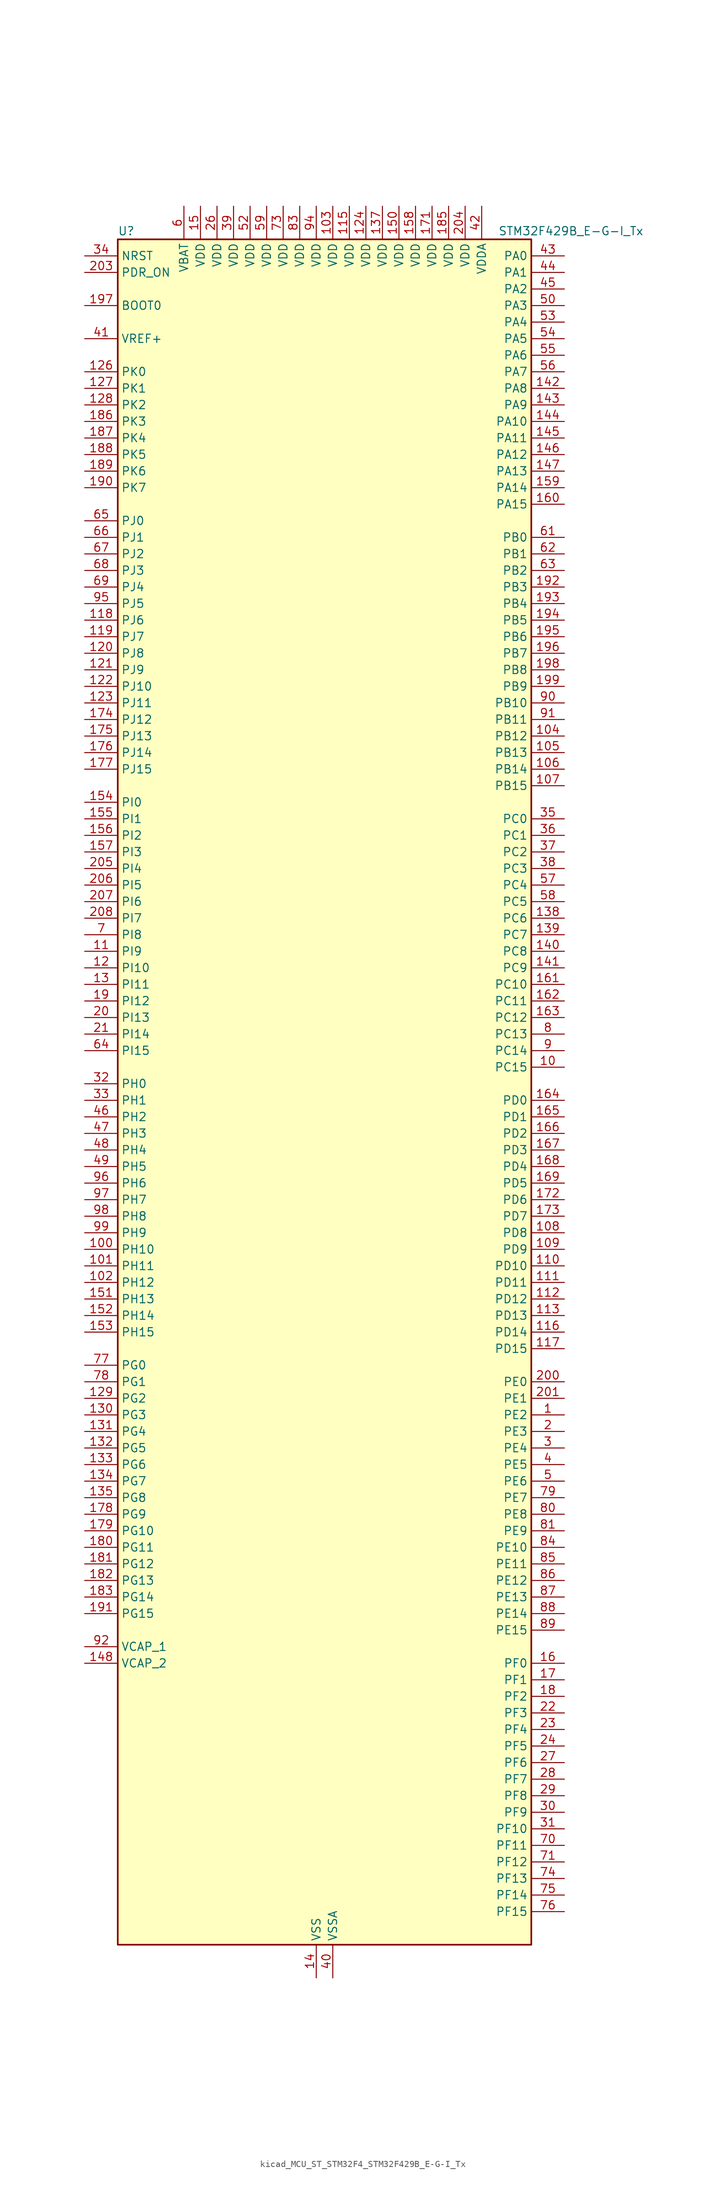
<source format=kicad_sym>
(kicad_symbol_lib
  (version 20220914)
  (generator kicad_symbol_editor)
  (symbol "kicad_MCU_ST_STM32F4_STM32F429B_E-G-I_Tx"
    (property "Reference" "U"
      (at -30.48 133.35 0)
      (effects (font (size 1.27 1.27)) (justify left)))
    (property "Value" "STM32F429B_E-G-I_Tx"
      (at 27.94 133.35 0)
      (effects (font (size 1.27 1.27)) (justify left)))
    (property "ki_locked" ""
      (at 0 0 0)
      (effects (font (size 1.27 1.27))))
    (symbol "kicad_MCU_ST_STM32F4_STM32F429B_E-G-I_Tx_0_1"
      (rectangle (start -30.48 -129.54) (end 33.02 132.08) (stroke (width 0.254) (type default)) (fill (type background))))
    (symbol "kicad_MCU_ST_STM32F4_STM32F429B_E-G-I_Tx_1_1"
      (pin bidirectional line (at 38.1 -48.26 180) (length 5.08) (name "PE2" (effects (font (size 1.27 1.27)))) (number "1" (effects (font (size 1.27 1.27)))) (alternate "ETH_TXD3" bidirectional line) (alternate "FMC_A23" bidirectional line) (alternate "SAI1_MCLK_A" bidirectional line) (alternate "SPI4_SCK" bidirectional line) (alternate "SYS_TRACECLK" bidirectional line))
      (pin bidirectional line (at 38.1 5.08 180) (length 5.08) (name "PC15" (effects (font (size 1.27 1.27)))) (number "10" (effects (font (size 1.27 1.27)))) (alternate "ADC1_EXTI15" bidirectional line) (alternate "ADC2_EXTI15" bidirectional line) (alternate "ADC3_EXTI15" bidirectional line) (alternate "RCC_OSC32_OUT" bidirectional line))
      (pin bidirectional line (at -35.56 -22.86 0) (length 5.08) (name "PH10" (effects (font (size 1.27 1.27)))) (number "100" (effects (font (size 1.27 1.27)))) (alternate "DCMI_D1" bidirectional line) (alternate "FMC_D18" bidirectional line) (alternate "LTDC_R4" bidirectional line) (alternate "TIM5_CH1" bidirectional line))
      (pin bidirectional line (at -35.56 -25.4 0) (length 5.08) (name "PH11" (effects (font (size 1.27 1.27)))) (number "101" (effects (font (size 1.27 1.27)))) (alternate "ADC1_EXTI11" bidirectional line) (alternate "ADC2_EXTI11" bidirectional line) (alternate "ADC3_EXTI11" bidirectional line) (alternate "DCMI_D2" bidirectional line) (alternate "FMC_D19" bidirectional line) (alternate "LTDC_R5" bidirectional line) (alternate "TIM5_CH2" bidirectional line))
      (pin bidirectional line (at -35.56 -27.94 0) (length 5.08) (name "PH12" (effects (font (size 1.27 1.27)))) (number "102" (effects (font (size 1.27 1.27)))) (alternate "DCMI_D3" bidirectional line) (alternate "FMC_D20" bidirectional line) (alternate "LTDC_R6" bidirectional line) (alternate "TIM5_CH3" bidirectional line))
      (pin power_in line (at 2.54 137.16 270) (length 5.08) (name "VDD" (effects (font (size 1.27 1.27)))) (number "103" (effects (font (size 1.27 1.27)))))
      (pin bidirectional line (at 38.1 55.88 180) (length 5.08) (name "PB12" (effects (font (size 1.27 1.27)))) (number "104" (effects (font (size 1.27 1.27)))) (alternate "CAN2_RX" bidirectional line) (alternate "ETH_TXD0" bidirectional line) (alternate "I2C2_SMBA" bidirectional line) (alternate "I2S2_WS" bidirectional line) (alternate "SPI2_NSS" bidirectional line) (alternate "TIM1_BKIN" bidirectional line) (alternate "USART3_CK" bidirectional line) (alternate "USB_OTG_HS_ID" bidirectional line) (alternate "USB_OTG_HS_ULPI_D5" bidirectional line))
      (pin bidirectional line (at 38.1 53.34 180) (length 5.08) (name "PB13" (effects (font (size 1.27 1.27)))) (number "105" (effects (font (size 1.27 1.27)))) (alternate "CAN2_TX" bidirectional line) (alternate "ETH_TXD1" bidirectional line) (alternate "I2S2_CK" bidirectional line) (alternate "SPI2_SCK" bidirectional line) (alternate "TIM1_CH1N" bidirectional line) (alternate "USART3_CTS" bidirectional line) (alternate "USB_OTG_HS_ULPI_D6" bidirectional line) (alternate "USB_OTG_HS_VBUS" bidirectional line))
      (pin bidirectional line (at 38.1 50.8 180) (length 5.08) (name "PB14" (effects (font (size 1.27 1.27)))) (number "106" (effects (font (size 1.27 1.27)))) (alternate "I2S2_ext_SD" bidirectional line) (alternate "SPI2_MISO" bidirectional line) (alternate "TIM12_CH1" bidirectional line) (alternate "TIM1_CH2N" bidirectional line) (alternate "TIM8_CH2N" bidirectional line) (alternate "USART3_RTS" bidirectional line) (alternate "USB_OTG_HS_DM" bidirectional line))
      (pin bidirectional line (at 38.1 48.26 180) (length 5.08) (name "PB15" (effects (font (size 1.27 1.27)))) (number "107" (effects (font (size 1.27 1.27)))) (alternate "ADC1_EXTI15" bidirectional line) (alternate "ADC2_EXTI15" bidirectional line) (alternate "ADC3_EXTI15" bidirectional line) (alternate "I2S2_SD" bidirectional line) (alternate "RTC_REFIN" bidirectional line) (alternate "SPI2_MOSI" bidirectional line) (alternate "TIM12_CH2" bidirectional line) (alternate "TIM1_CH3N" bidirectional line) (alternate "TIM8_CH3N" bidirectional line) (alternate "USB_OTG_HS_DP" bidirectional line))
      (pin bidirectional line (at 38.1 -20.32 180) (length 5.08) (name "PD8" (effects (font (size 1.27 1.27)))) (number "108" (effects (font (size 1.27 1.27)))) (alternate "FMC_D13" bidirectional line) (alternate "FMC_DA13" bidirectional line) (alternate "USART3_TX" bidirectional line))
      (pin bidirectional line (at 38.1 -22.86 180) (length 5.08) (name "PD9" (effects (font (size 1.27 1.27)))) (number "109" (effects (font (size 1.27 1.27)))) (alternate "DAC_EXTI9" bidirectional line) (alternate "FMC_D14" bidirectional line) (alternate "FMC_DA14" bidirectional line) (alternate "USART3_RX" bidirectional line))
      (pin bidirectional line (at -35.56 22.86 0) (length 5.08) (name "PI9" (effects (font (size 1.27 1.27)))) (number "11" (effects (font (size 1.27 1.27)))) (alternate "CAN1_RX" bidirectional line) (alternate "DAC_EXTI9" bidirectional line) (alternate "FMC_D30" bidirectional line) (alternate "LTDC_VSYNC" bidirectional line))
      (pin bidirectional line (at 38.1 -25.4 180) (length 5.08) (name "PD10" (effects (font (size 1.27 1.27)))) (number "110" (effects (font (size 1.27 1.27)))) (alternate "FMC_D15" bidirectional line) (alternate "FMC_DA15" bidirectional line) (alternate "LTDC_B3" bidirectional line) (alternate "USART3_CK" bidirectional line))
      (pin bidirectional line (at 38.1 -27.94 180) (length 5.08) (name "PD11" (effects (font (size 1.27 1.27)))) (number "111" (effects (font (size 1.27 1.27)))) (alternate "ADC1_EXTI11" bidirectional line) (alternate "ADC2_EXTI11" bidirectional line) (alternate "ADC3_EXTI11" bidirectional line) (alternate "FMC_A16" bidirectional line) (alternate "FMC_CLE" bidirectional line) (alternate "USART3_CTS" bidirectional line))
      (pin bidirectional line (at 38.1 -30.48 180) (length 5.08) (name "PD12" (effects (font (size 1.27 1.27)))) (number "112" (effects (font (size 1.27 1.27)))) (alternate "FMC_A17" bidirectional line) (alternate "FMC_ALE" bidirectional line) (alternate "TIM4_CH1" bidirectional line) (alternate "USART3_RTS" bidirectional line))
      (pin bidirectional line (at 38.1 -33.02 180) (length 5.08) (name "PD13" (effects (font (size 1.27 1.27)))) (number "113" (effects (font (size 1.27 1.27)))) (alternate "FMC_A18" bidirectional line) (alternate "TIM4_CH2" bidirectional line))
      (pin passive line (at 0 -134.62 90) (length 5.08) hide (name "VSS" (effects (font (size 1.27 1.27)))) (number "114" (effects (font (size 1.27 1.27)))))
      (pin power_in line (at 5.08 137.16 270) (length 5.08) (name "VDD" (effects (font (size 1.27 1.27)))) (number "115" (effects (font (size 1.27 1.27)))))
      (pin bidirectional line (at 38.1 -35.56 180) (length 5.08) (name "PD14" (effects (font (size 1.27 1.27)))) (number "116" (effects (font (size 1.27 1.27)))) (alternate "FMC_D0" bidirectional line) (alternate "FMC_DA0" bidirectional line) (alternate "TIM4_CH3" bidirectional line))
      (pin bidirectional line (at 38.1 -38.1 180) (length 5.08) (name "PD15" (effects (font (size 1.27 1.27)))) (number "117" (effects (font (size 1.27 1.27)))) (alternate "ADC1_EXTI15" bidirectional line) (alternate "ADC2_EXTI15" bidirectional line) (alternate "ADC3_EXTI15" bidirectional line) (alternate "FMC_D1" bidirectional line) (alternate "FMC_DA1" bidirectional line) (alternate "TIM4_CH4" bidirectional line))
      (pin bidirectional line (at -35.56 73.66 0) (length 5.08) (name "PJ6" (effects (font (size 1.27 1.27)))) (number "118" (effects (font (size 1.27 1.27)))) (alternate "LTDC_R7" bidirectional line))
      (pin bidirectional line (at -35.56 71.12 0) (length 5.08) (name "PJ7" (effects (font (size 1.27 1.27)))) (number "119" (effects (font (size 1.27 1.27)))) (alternate "LTDC_G0" bidirectional line))
      (pin bidirectional line (at -35.56 20.32 0) (length 5.08) (name "PI10" (effects (font (size 1.27 1.27)))) (number "12" (effects (font (size 1.27 1.27)))) (alternate "ETH_RX_ER" bidirectional line) (alternate "FMC_D31" bidirectional line) (alternate "LTDC_HSYNC" bidirectional line))
      (pin bidirectional line (at -35.56 68.58 0) (length 5.08) (name "PJ8" (effects (font (size 1.27 1.27)))) (number "120" (effects (font (size 1.27 1.27)))) (alternate "LTDC_G1" bidirectional line))
      (pin bidirectional line (at -35.56 66.04 0) (length 5.08) (name "PJ9" (effects (font (size 1.27 1.27)))) (number "121" (effects (font (size 1.27 1.27)))) (alternate "DAC_EXTI9" bidirectional line) (alternate "LTDC_G2" bidirectional line))
      (pin bidirectional line (at -35.56 63.5 0) (length 5.08) (name "PJ10" (effects (font (size 1.27 1.27)))) (number "122" (effects (font (size 1.27 1.27)))) (alternate "LTDC_G3" bidirectional line))
      (pin bidirectional line (at -35.56 60.96 0) (length 5.08) (name "PJ11" (effects (font (size 1.27 1.27)))) (number "123" (effects (font (size 1.27 1.27)))) (alternate "ADC1_EXTI11" bidirectional line) (alternate "ADC2_EXTI11" bidirectional line) (alternate "ADC3_EXTI11" bidirectional line) (alternate "LTDC_G4" bidirectional line))
      (pin power_in line (at 7.62 137.16 270) (length 5.08) (name "VDD" (effects (font (size 1.27 1.27)))) (number "124" (effects (font (size 1.27 1.27)))))
      (pin passive line (at 0 -134.62 90) (length 5.08) hide (name "VSS" (effects (font (size 1.27 1.27)))) (number "125" (effects (font (size 1.27 1.27)))))
      (pin bidirectional line (at -35.56 111.76 0) (length 5.08) (name "PK0" (effects (font (size 1.27 1.27)))) (number "126" (effects (font (size 1.27 1.27)))) (alternate "LTDC_G5" bidirectional line))
      (pin bidirectional line (at -35.56 109.22 0) (length 5.08) (name "PK1" (effects (font (size 1.27 1.27)))) (number "127" (effects (font (size 1.27 1.27)))) (alternate "LTDC_G6" bidirectional line))
      (pin bidirectional line (at -35.56 106.68 0) (length 5.08) (name "PK2" (effects (font (size 1.27 1.27)))) (number "128" (effects (font (size 1.27 1.27)))) (alternate "LTDC_G7" bidirectional line))
      (pin bidirectional line (at -35.56 -45.72 0) (length 5.08) (name "PG2" (effects (font (size 1.27 1.27)))) (number "129" (effects (font (size 1.27 1.27)))) (alternate "FMC_A12" bidirectional line))
      (pin bidirectional line (at -35.56 17.78 0) (length 5.08) (name "PI11" (effects (font (size 1.27 1.27)))) (number "13" (effects (font (size 1.27 1.27)))) (alternate "ADC1_EXTI11" bidirectional line) (alternate "ADC2_EXTI11" bidirectional line) (alternate "ADC3_EXTI11" bidirectional line) (alternate "USB_OTG_HS_ULPI_DIR" bidirectional line))
      (pin bidirectional line (at -35.56 -48.26 0) (length 5.08) (name "PG3" (effects (font (size 1.27 1.27)))) (number "130" (effects (font (size 1.27 1.27)))) (alternate "FMC_A13" bidirectional line))
      (pin bidirectional line (at -35.56 -50.8 0) (length 5.08) (name "PG4" (effects (font (size 1.27 1.27)))) (number "131" (effects (font (size 1.27 1.27)))) (alternate "FMC_A14" bidirectional line) (alternate "FMC_BA0" bidirectional line))
      (pin bidirectional line (at -35.56 -53.34 0) (length 5.08) (name "PG5" (effects (font (size 1.27 1.27)))) (number "132" (effects (font (size 1.27 1.27)))) (alternate "FMC_A15" bidirectional line) (alternate "FMC_BA1" bidirectional line))
      (pin bidirectional line (at -35.56 -55.88 0) (length 5.08) (name "PG6" (effects (font (size 1.27 1.27)))) (number "133" (effects (font (size 1.27 1.27)))) (alternate "DCMI_D12" bidirectional line) (alternate "FMC_INT2" bidirectional line) (alternate "LTDC_R7" bidirectional line))
      (pin bidirectional line (at -35.56 -58.42 0) (length 5.08) (name "PG7" (effects (font (size 1.27 1.27)))) (number "134" (effects (font (size 1.27 1.27)))) (alternate "DCMI_D13" bidirectional line) (alternate "FMC_INT3" bidirectional line) (alternate "LTDC_CLK" bidirectional line) (alternate "USART6_CK" bidirectional line))
      (pin bidirectional line (at -35.56 -60.96 0) (length 5.08) (name "PG8" (effects (font (size 1.27 1.27)))) (number "135" (effects (font (size 1.27 1.27)))) (alternate "ETH_PPS_OUT" bidirectional line) (alternate "FMC_SDCLK" bidirectional line) (alternate "SPI6_NSS" bidirectional line) (alternate "USART6_RTS" bidirectional line))
      (pin passive line (at 0 -134.62 90) (length 5.08) hide (name "VSS" (effects (font (size 1.27 1.27)))) (number "136" (effects (font (size 1.27 1.27)))))
      (pin power_in line (at 10.16 137.16 270) (length 5.08) (name "VDD" (effects (font (size 1.27 1.27)))) (number "137" (effects (font (size 1.27 1.27)))))
      (pin bidirectional line (at 38.1 27.94 180) (length 5.08) (name "PC6" (effects (font (size 1.27 1.27)))) (number "138" (effects (font (size 1.27 1.27)))) (alternate "DCMI_D0" bidirectional line) (alternate "I2S2_MCK" bidirectional line) (alternate "LTDC_HSYNC" bidirectional line) (alternate "SDIO_D6" bidirectional line) (alternate "TIM3_CH1" bidirectional line) (alternate "TIM8_CH1" bidirectional line) (alternate "USART6_TX" bidirectional line))
      (pin bidirectional line (at 38.1 25.4 180) (length 5.08) (name "PC7" (effects (font (size 1.27 1.27)))) (number "139" (effects (font (size 1.27 1.27)))) (alternate "DCMI_D1" bidirectional line) (alternate "I2S3_MCK" bidirectional line) (alternate "LTDC_G6" bidirectional line) (alternate "SDIO_D7" bidirectional line) (alternate "TIM3_CH2" bidirectional line) (alternate "TIM8_CH2" bidirectional line) (alternate "USART6_RX" bidirectional line))
      (pin power_in line (at 0 -134.62 90) (length 5.08) (name "VSS" (effects (font (size 1.27 1.27)))) (number "14" (effects (font (size 1.27 1.27)))))
      (pin bidirectional line (at 38.1 22.86 180) (length 5.08) (name "PC8" (effects (font (size 1.27 1.27)))) (number "140" (effects (font (size 1.27 1.27)))) (alternate "DCMI_D2" bidirectional line) (alternate "SDIO_D0" bidirectional line) (alternate "TIM3_CH3" bidirectional line) (alternate "TIM8_CH3" bidirectional line) (alternate "USART6_CK" bidirectional line))
      (pin bidirectional line (at 38.1 20.32 180) (length 5.08) (name "PC9" (effects (font (size 1.27 1.27)))) (number "141" (effects (font (size 1.27 1.27)))) (alternate "DAC_EXTI9" bidirectional line) (alternate "DCMI_D3" bidirectional line) (alternate "I2C3_SDA" bidirectional line) (alternate "I2S_CKIN" bidirectional line) (alternate "RCC_MCO_2" bidirectional line) (alternate "SDIO_D1" bidirectional line) (alternate "TIM3_CH4" bidirectional line) (alternate "TIM8_CH4" bidirectional line))
      (pin bidirectional line (at 38.1 109.22 180) (length 5.08) (name "PA8" (effects (font (size 1.27 1.27)))) (number "142" (effects (font (size 1.27 1.27)))) (alternate "I2C3_SCL" bidirectional line) (alternate "LTDC_R6" bidirectional line) (alternate "RCC_MCO_1" bidirectional line) (alternate "TIM1_CH1" bidirectional line) (alternate "USART1_CK" bidirectional line) (alternate "USB_OTG_FS_SOF" bidirectional line))
      (pin bidirectional line (at 38.1 106.68 180) (length 5.08) (name "PA9" (effects (font (size 1.27 1.27)))) (number "143" (effects (font (size 1.27 1.27)))) (alternate "DAC_EXTI9" bidirectional line) (alternate "DCMI_D0" bidirectional line) (alternate "I2C3_SMBA" bidirectional line) (alternate "TIM1_CH2" bidirectional line) (alternate "USART1_TX" bidirectional line) (alternate "USB_OTG_FS_VBUS" bidirectional line))
      (pin bidirectional line (at 38.1 104.14 180) (length 5.08) (name "PA10" (effects (font (size 1.27 1.27)))) (number "144" (effects (font (size 1.27 1.27)))) (alternate "DCMI_D1" bidirectional line) (alternate "TIM1_CH3" bidirectional line) (alternate "USART1_RX" bidirectional line) (alternate "USB_OTG_FS_ID" bidirectional line))
      (pin bidirectional line (at 38.1 101.6 180) (length 5.08) (name "PA11" (effects (font (size 1.27 1.27)))) (number "145" (effects (font (size 1.27 1.27)))) (alternate "ADC1_EXTI11" bidirectional line) (alternate "ADC2_EXTI11" bidirectional line) (alternate "ADC3_EXTI11" bidirectional line) (alternate "CAN1_RX" bidirectional line) (alternate "LTDC_R4" bidirectional line) (alternate "TIM1_CH4" bidirectional line) (alternate "USART1_CTS" bidirectional line) (alternate "USB_OTG_FS_DM" bidirectional line))
      (pin bidirectional line (at 38.1 99.06 180) (length 5.08) (name "PA12" (effects (font (size 1.27 1.27)))) (number "146" (effects (font (size 1.27 1.27)))) (alternate "CAN1_TX" bidirectional line) (alternate "LTDC_R5" bidirectional line) (alternate "TIM1_ETR" bidirectional line) (alternate "USART1_RTS" bidirectional line) (alternate "USB_OTG_FS_DP" bidirectional line))
      (pin bidirectional line (at 38.1 96.52 180) (length 5.08) (name "PA13" (effects (font (size 1.27 1.27)))) (number "147" (effects (font (size 1.27 1.27)))) (alternate "SYS_JTMS-SWDIO" bidirectional line))
      (pin power_out line (at -35.56 -86.36 0) (length 5.08) (name "VCAP_2" (effects (font (size 1.27 1.27)))) (number "148" (effects (font (size 1.27 1.27)))))
      (pin passive line (at 0 -134.62 90) (length 5.08) hide (name "VSS" (effects (font (size 1.27 1.27)))) (number "149" (effects (font (size 1.27 1.27)))))
      (pin power_in line (at -17.78 137.16 270) (length 5.08) (name "VDD" (effects (font (size 1.27 1.27)))) (number "15" (effects (font (size 1.27 1.27)))))
      (pin power_in line (at 12.7 137.16 270) (length 5.08) (name "VDD" (effects (font (size 1.27 1.27)))) (number "150" (effects (font (size 1.27 1.27)))))
      (pin bidirectional line (at -35.56 -30.48 0) (length 5.08) (name "PH13" (effects (font (size 1.27 1.27)))) (number "151" (effects (font (size 1.27 1.27)))) (alternate "CAN1_TX" bidirectional line) (alternate "FMC_D21" bidirectional line) (alternate "LTDC_G2" bidirectional line) (alternate "TIM8_CH1N" bidirectional line))
      (pin bidirectional line (at -35.56 -33.02 0) (length 5.08) (name "PH14" (effects (font (size 1.27 1.27)))) (number "152" (effects (font (size 1.27 1.27)))) (alternate "DCMI_D4" bidirectional line) (alternate "FMC_D22" bidirectional line) (alternate "LTDC_G3" bidirectional line) (alternate "TIM8_CH2N" bidirectional line))
      (pin bidirectional line (at -35.56 -35.56 0) (length 5.08) (name "PH15" (effects (font (size 1.27 1.27)))) (number "153" (effects (font (size 1.27 1.27)))) (alternate "ADC1_EXTI15" bidirectional line) (alternate "ADC2_EXTI15" bidirectional line) (alternate "ADC3_EXTI15" bidirectional line) (alternate "DCMI_D11" bidirectional line) (alternate "FMC_D23" bidirectional line) (alternate "LTDC_G4" bidirectional line) (alternate "TIM8_CH3N" bidirectional line))
      (pin bidirectional line (at -35.56 45.72 0) (length 5.08) (name "PI0" (effects (font (size 1.27 1.27)))) (number "154" (effects (font (size 1.27 1.27)))) (alternate "DCMI_D13" bidirectional line) (alternate "FMC_D24" bidirectional line) (alternate "I2S2_WS" bidirectional line) (alternate "LTDC_G5" bidirectional line) (alternate "SPI2_NSS" bidirectional line) (alternate "TIM5_CH4" bidirectional line))
      (pin bidirectional line (at -35.56 43.18 0) (length 5.08) (name "PI1" (effects (font (size 1.27 1.27)))) (number "155" (effects (font (size 1.27 1.27)))) (alternate "DCMI_D8" bidirectional line) (alternate "FMC_D25" bidirectional line) (alternate "I2S2_CK" bidirectional line) (alternate "LTDC_G6" bidirectional line) (alternate "SPI2_SCK" bidirectional line))
      (pin bidirectional line (at -35.56 40.64 0) (length 5.08) (name "PI2" (effects (font (size 1.27 1.27)))) (number "156" (effects (font (size 1.27 1.27)))) (alternate "DCMI_D9" bidirectional line) (alternate "FMC_D26" bidirectional line) (alternate "I2S2_ext_SD" bidirectional line) (alternate "LTDC_G7" bidirectional line) (alternate "SPI2_MISO" bidirectional line) (alternate "TIM8_CH4" bidirectional line))
      (pin bidirectional line (at -35.56 38.1 0) (length 5.08) (name "PI3" (effects (font (size 1.27 1.27)))) (number "157" (effects (font (size 1.27 1.27)))) (alternate "DCMI_D10" bidirectional line) (alternate "FMC_D27" bidirectional line) (alternate "I2S2_SD" bidirectional line) (alternate "SPI2_MOSI" bidirectional line) (alternate "TIM8_ETR" bidirectional line))
      (pin power_in line (at 15.24 137.16 270) (length 5.08) (name "VDD" (effects (font (size 1.27 1.27)))) (number "158" (effects (font (size 1.27 1.27)))))
      (pin bidirectional line (at 38.1 93.98 180) (length 5.08) (name "PA14" (effects (font (size 1.27 1.27)))) (number "159" (effects (font (size 1.27 1.27)))) (alternate "SYS_JTCK-SWCLK" bidirectional line))
      (pin bidirectional line (at 38.1 -86.36 180) (length 5.08) (name "PF0" (effects (font (size 1.27 1.27)))) (number "16" (effects (font (size 1.27 1.27)))) (alternate "FMC_A0" bidirectional line) (alternate "I2C2_SDA" bidirectional line))
      (pin bidirectional line (at 38.1 91.44 180) (length 5.08) (name "PA15" (effects (font (size 1.27 1.27)))) (number "160" (effects (font (size 1.27 1.27)))) (alternate "ADC1_EXTI15" bidirectional line) (alternate "ADC2_EXTI15" bidirectional line) (alternate "ADC3_EXTI15" bidirectional line) (alternate "I2S3_WS" bidirectional line) (alternate "SPI1_NSS" bidirectional line) (alternate "SPI3_NSS" bidirectional line) (alternate "SYS_JTDI" bidirectional line) (alternate "TIM2_CH1" bidirectional line) (alternate "TIM2_ETR" bidirectional line))
      (pin bidirectional line (at 38.1 17.78 180) (length 5.08) (name "PC10" (effects (font (size 1.27 1.27)))) (number "161" (effects (font (size 1.27 1.27)))) (alternate "DCMI_D8" bidirectional line) (alternate "I2S3_CK" bidirectional line) (alternate "LTDC_R2" bidirectional line) (alternate "SDIO_D2" bidirectional line) (alternate "SPI3_SCK" bidirectional line) (alternate "UART4_TX" bidirectional line) (alternate "USART3_TX" bidirectional line))
      (pin bidirectional line (at 38.1 15.24 180) (length 5.08) (name "PC11" (effects (font (size 1.27 1.27)))) (number "162" (effects (font (size 1.27 1.27)))) (alternate "ADC1_EXTI11" bidirectional line) (alternate "ADC2_EXTI11" bidirectional line) (alternate "ADC3_EXTI11" bidirectional line) (alternate "DCMI_D4" bidirectional line) (alternate "I2S3_ext_SD" bidirectional line) (alternate "SDIO_D3" bidirectional line) (alternate "SPI3_MISO" bidirectional line) (alternate "UART4_RX" bidirectional line) (alternate "USART3_RX" bidirectional line))
      (pin bidirectional line (at 38.1 12.7 180) (length 5.08) (name "PC12" (effects (font (size 1.27 1.27)))) (number "163" (effects (font (size 1.27 1.27)))) (alternate "DCMI_D9" bidirectional line) (alternate "I2S3_SD" bidirectional line) (alternate "SDIO_CK" bidirectional line) (alternate "SPI3_MOSI" bidirectional line) (alternate "UART5_TX" bidirectional line) (alternate "USART3_CK" bidirectional line))
      (pin bidirectional line (at 38.1 0 180) (length 5.08) (name "PD0" (effects (font (size 1.27 1.27)))) (number "164" (effects (font (size 1.27 1.27)))) (alternate "CAN1_RX" bidirectional line) (alternate "FMC_D2" bidirectional line) (alternate "FMC_DA2" bidirectional line))
      (pin bidirectional line (at 38.1 -2.54 180) (length 5.08) (name "PD1" (effects (font (size 1.27 1.27)))) (number "165" (effects (font (size 1.27 1.27)))) (alternate "CAN1_TX" bidirectional line) (alternate "FMC_D3" bidirectional line) (alternate "FMC_DA3" bidirectional line))
      (pin bidirectional line (at 38.1 -5.08 180) (length 5.08) (name "PD2" (effects (font (size 1.27 1.27)))) (number "166" (effects (font (size 1.27 1.27)))) (alternate "DCMI_D11" bidirectional line) (alternate "SDIO_CMD" bidirectional line) (alternate "TIM3_ETR" bidirectional line) (alternate "UART5_RX" bidirectional line))
      (pin bidirectional line (at 38.1 -7.62 180) (length 5.08) (name "PD3" (effects (font (size 1.27 1.27)))) (number "167" (effects (font (size 1.27 1.27)))) (alternate "DCMI_D5" bidirectional line) (alternate "FMC_CLK" bidirectional line) (alternate "I2S2_CK" bidirectional line) (alternate "LTDC_G7" bidirectional line) (alternate "SPI2_SCK" bidirectional line) (alternate "USART2_CTS" bidirectional line))
      (pin bidirectional line (at 38.1 -10.16 180) (length 5.08) (name "PD4" (effects (font (size 1.27 1.27)))) (number "168" (effects (font (size 1.27 1.27)))) (alternate "FMC_NOE" bidirectional line) (alternate "USART2_RTS" bidirectional line))
      (pin bidirectional line (at 38.1 -12.7 180) (length 5.08) (name "PD5" (effects (font (size 1.27 1.27)))) (number "169" (effects (font (size 1.27 1.27)))) (alternate "FMC_NWE" bidirectional line) (alternate "USART2_TX" bidirectional line))
      (pin bidirectional line (at 38.1 -88.9 180) (length 5.08) (name "PF1" (effects (font (size 1.27 1.27)))) (number "17" (effects (font (size 1.27 1.27)))) (alternate "FMC_A1" bidirectional line) (alternate "I2C2_SCL" bidirectional line))
      (pin passive line (at 0 -134.62 90) (length 5.08) hide (name "VSS" (effects (font (size 1.27 1.27)))) (number "170" (effects (font (size 1.27 1.27)))))
      (pin power_in line (at 17.78 137.16 270) (length 5.08) (name "VDD" (effects (font (size 1.27 1.27)))) (number "171" (effects (font (size 1.27 1.27)))))
      (pin bidirectional line (at 38.1 -15.24 180) (length 5.08) (name "PD6" (effects (font (size 1.27 1.27)))) (number "172" (effects (font (size 1.27 1.27)))) (alternate "DCMI_D10" bidirectional line) (alternate "FMC_NWAIT" bidirectional line) (alternate "I2S3_SD" bidirectional line) (alternate "LTDC_B2" bidirectional line) (alternate "SAI1_SD_A" bidirectional line) (alternate "SPI3_MOSI" bidirectional line) (alternate "USART2_RX" bidirectional line))
      (pin bidirectional line (at 38.1 -17.78 180) (length 5.08) (name "PD7" (effects (font (size 1.27 1.27)))) (number "173" (effects (font (size 1.27 1.27)))) (alternate "FMC_NCE2" bidirectional line) (alternate "FMC_NE1" bidirectional line) (alternate "USART2_CK" bidirectional line))
      (pin bidirectional line (at -35.56 58.42 0) (length 5.08) (name "PJ12" (effects (font (size 1.27 1.27)))) (number "174" (effects (font (size 1.27 1.27)))) (alternate "LTDC_B0" bidirectional line))
      (pin bidirectional line (at -35.56 55.88 0) (length 5.08) (name "PJ13" (effects (font (size 1.27 1.27)))) (number "175" (effects (font (size 1.27 1.27)))) (alternate "LTDC_B1" bidirectional line))
      (pin bidirectional line (at -35.56 53.34 0) (length 5.08) (name "PJ14" (effects (font (size 1.27 1.27)))) (number "176" (effects (font (size 1.27 1.27)))) (alternate "LTDC_B2" bidirectional line))
      (pin bidirectional line (at -35.56 50.8 0) (length 5.08) (name "PJ15" (effects (font (size 1.27 1.27)))) (number "177" (effects (font (size 1.27 1.27)))) (alternate "ADC1_EXTI15" bidirectional line) (alternate "ADC2_EXTI15" bidirectional line) (alternate "ADC3_EXTI15" bidirectional line) (alternate "LTDC_B3" bidirectional line))
      (pin bidirectional line (at -35.56 -63.5 0) (length 5.08) (name "PG9" (effects (font (size 1.27 1.27)))) (number "178" (effects (font (size 1.27 1.27)))) (alternate "DAC_EXTI9" bidirectional line) (alternate "DCMI_VSYNC" bidirectional line) (alternate "FMC_NCE3" bidirectional line) (alternate "FMC_NE2" bidirectional line) (alternate "USART6_RX" bidirectional line))
      (pin bidirectional line (at -35.56 -66.04 0) (length 5.08) (name "PG10" (effects (font (size 1.27 1.27)))) (number "179" (effects (font (size 1.27 1.27)))) (alternate "DCMI_D2" bidirectional line) (alternate "FMC_NCE4_1" bidirectional line) (alternate "FMC_NE3" bidirectional line) (alternate "LTDC_B2" bidirectional line) (alternate "LTDC_G3" bidirectional line))
      (pin bidirectional line (at 38.1 -91.44 180) (length 5.08) (name "PF2" (effects (font (size 1.27 1.27)))) (number "18" (effects (font (size 1.27 1.27)))) (alternate "FMC_A2" bidirectional line) (alternate "I2C2_SMBA" bidirectional line))
      (pin bidirectional line (at -35.56 -68.58 0) (length 5.08) (name "PG11" (effects (font (size 1.27 1.27)))) (number "180" (effects (font (size 1.27 1.27)))) (alternate "ADC1_EXTI11" bidirectional line) (alternate "ADC2_EXTI11" bidirectional line) (alternate "ADC3_EXTI11" bidirectional line) (alternate "DCMI_D3" bidirectional line) (alternate "ETH_TX_EN" bidirectional line) (alternate "FMC_NCE4_2" bidirectional line) (alternate "LTDC_B3" bidirectional line))
      (pin bidirectional line (at -35.56 -71.12 0) (length 5.08) (name "PG12" (effects (font (size 1.27 1.27)))) (number "181" (effects (font (size 1.27 1.27)))) (alternate "FMC_NE4" bidirectional line) (alternate "LTDC_B1" bidirectional line) (alternate "LTDC_B4" bidirectional line) (alternate "SPI6_MISO" bidirectional line) (alternate "USART6_RTS" bidirectional line))
      (pin bidirectional line (at -35.56 -73.66 0) (length 5.08) (name "PG13" (effects (font (size 1.27 1.27)))) (number "182" (effects (font (size 1.27 1.27)))) (alternate "ETH_TXD0" bidirectional line) (alternate "FMC_A24" bidirectional line) (alternate "SPI6_SCK" bidirectional line) (alternate "USART6_CTS" bidirectional line))
      (pin bidirectional line (at -35.56 -76.2 0) (length 5.08) (name "PG14" (effects (font (size 1.27 1.27)))) (number "183" (effects (font (size 1.27 1.27)))) (alternate "ETH_TXD1" bidirectional line) (alternate "FMC_A25" bidirectional line) (alternate "SPI6_MOSI" bidirectional line) (alternate "USART6_TX" bidirectional line))
      (pin passive line (at 0 -134.62 90) (length 5.08) hide (name "VSS" (effects (font (size 1.27 1.27)))) (number "184" (effects (font (size 1.27 1.27)))))
      (pin power_in line (at 20.32 137.16 270) (length 5.08) (name "VDD" (effects (font (size 1.27 1.27)))) (number "185" (effects (font (size 1.27 1.27)))))
      (pin bidirectional line (at -35.56 104.14 0) (length 5.08) (name "PK3" (effects (font (size 1.27 1.27)))) (number "186" (effects (font (size 1.27 1.27)))) (alternate "LTDC_B4" bidirectional line))
      (pin bidirectional line (at -35.56 101.6 0) (length 5.08) (name "PK4" (effects (font (size 1.27 1.27)))) (number "187" (effects (font (size 1.27 1.27)))) (alternate "LTDC_B5" bidirectional line))
      (pin bidirectional line (at -35.56 99.06 0) (length 5.08) (name "PK5" (effects (font (size 1.27 1.27)))) (number "188" (effects (font (size 1.27 1.27)))) (alternate "LTDC_B6" bidirectional line))
      (pin bidirectional line (at -35.56 96.52 0) (length 5.08) (name "PK6" (effects (font (size 1.27 1.27)))) (number "189" (effects (font (size 1.27 1.27)))) (alternate "LTDC_B7" bidirectional line))
      (pin bidirectional line (at -35.56 15.24 0) (length 5.08) (name "PI12" (effects (font (size 1.27 1.27)))) (number "19" (effects (font (size 1.27 1.27)))) (alternate "LTDC_HSYNC" bidirectional line))
      (pin bidirectional line (at -35.56 93.98 0) (length 5.08) (name "PK7" (effects (font (size 1.27 1.27)))) (number "190" (effects (font (size 1.27 1.27)))) (alternate "LTDC_DE" bidirectional line))
      (pin bidirectional line (at -35.56 -78.74 0) (length 5.08) (name "PG15" (effects (font (size 1.27 1.27)))) (number "191" (effects (font (size 1.27 1.27)))) (alternate "ADC1_EXTI15" bidirectional line) (alternate "ADC2_EXTI15" bidirectional line) (alternate "ADC3_EXTI15" bidirectional line) (alternate "DCMI_D13" bidirectional line) (alternate "FMC_SDNCAS" bidirectional line) (alternate "USART6_CTS" bidirectional line))
      (pin bidirectional line (at 38.1 78.74 180) (length 5.08) (name "PB3" (effects (font (size 1.27 1.27)))) (number "192" (effects (font (size 1.27 1.27)))) (alternate "I2S3_CK" bidirectional line) (alternate "SPI1_SCK" bidirectional line) (alternate "SPI3_SCK" bidirectional line) (alternate "SYS_JTDO-SWO" bidirectional line) (alternate "TIM2_CH2" bidirectional line))
      (pin bidirectional line (at 38.1 76.2 180) (length 5.08) (name "PB4" (effects (font (size 1.27 1.27)))) (number "193" (effects (font (size 1.27 1.27)))) (alternate "I2S3_ext_SD" bidirectional line) (alternate "SPI1_MISO" bidirectional line) (alternate "SPI3_MISO" bidirectional line) (alternate "SYS_JTRST" bidirectional line) (alternate "TIM3_CH1" bidirectional line))
      (pin bidirectional line (at 38.1 73.66 180) (length 5.08) (name "PB5" (effects (font (size 1.27 1.27)))) (number "194" (effects (font (size 1.27 1.27)))) (alternate "CAN2_RX" bidirectional line) (alternate "DCMI_D10" bidirectional line) (alternate "ETH_PPS_OUT" bidirectional line) (alternate "FMC_SDCKE1" bidirectional line) (alternate "I2C1_SMBA" bidirectional line) (alternate "I2S3_SD" bidirectional line) (alternate "SPI1_MOSI" bidirectional line) (alternate "SPI3_MOSI" bidirectional line) (alternate "TIM3_CH2" bidirectional line) (alternate "USB_OTG_HS_ULPI_D7" bidirectional line))
      (pin bidirectional line (at 38.1 71.12 180) (length 5.08) (name "PB6" (effects (font (size 1.27 1.27)))) (number "195" (effects (font (size 1.27 1.27)))) (alternate "CAN2_TX" bidirectional line) (alternate "DCMI_D5" bidirectional line) (alternate "FMC_SDNE1" bidirectional line) (alternate "I2C1_SCL" bidirectional line) (alternate "TIM4_CH1" bidirectional line) (alternate "USART1_TX" bidirectional line))
      (pin bidirectional line (at 38.1 68.58 180) (length 5.08) (name "PB7" (effects (font (size 1.27 1.27)))) (number "196" (effects (font (size 1.27 1.27)))) (alternate "DCMI_VSYNC" bidirectional line) (alternate "FMC_NL" bidirectional line) (alternate "I2C1_SDA" bidirectional line) (alternate "TIM4_CH2" bidirectional line) (alternate "USART1_RX" bidirectional line))
      (pin input line (at -35.56 121.92 0) (length 5.08) (name "BOOT0" (effects (font (size 1.27 1.27)))) (number "197" (effects (font (size 1.27 1.27)))))
      (pin bidirectional line (at 38.1 66.04 180) (length 5.08) (name "PB8" (effects (font (size 1.27 1.27)))) (number "198" (effects (font (size 1.27 1.27)))) (alternate "CAN1_RX" bidirectional line) (alternate "DCMI_D6" bidirectional line) (alternate "ETH_TXD3" bidirectional line) (alternate "I2C1_SCL" bidirectional line) (alternate "LTDC_B6" bidirectional line) (alternate "SDIO_D4" bidirectional line) (alternate "TIM10_CH1" bidirectional line) (alternate "TIM4_CH3" bidirectional line))
      (pin bidirectional line (at 38.1 63.5 180) (length 5.08) (name "PB9" (effects (font (size 1.27 1.27)))) (number "199" (effects (font (size 1.27 1.27)))) (alternate "CAN1_TX" bidirectional line) (alternate "DAC_EXTI9" bidirectional line) (alternate "DCMI_D7" bidirectional line) (alternate "I2C1_SDA" bidirectional line) (alternate "I2S2_WS" bidirectional line) (alternate "LTDC_B7" bidirectional line) (alternate "SDIO_D5" bidirectional line) (alternate "SPI2_NSS" bidirectional line) (alternate "TIM11_CH1" bidirectional line) (alternate "TIM4_CH4" bidirectional line))
      (pin bidirectional line (at 38.1 -50.8 180) (length 5.08) (name "PE3" (effects (font (size 1.27 1.27)))) (number "2" (effects (font (size 1.27 1.27)))) (alternate "FMC_A19" bidirectional line) (alternate "SAI1_SD_B" bidirectional line) (alternate "SYS_TRACED0" bidirectional line))
      (pin bidirectional line (at -35.56 12.7 0) (length 5.08) (name "PI13" (effects (font (size 1.27 1.27)))) (number "20" (effects (font (size 1.27 1.27)))) (alternate "LTDC_VSYNC" bidirectional line))
      (pin bidirectional line (at 38.1 -43.18 180) (length 5.08) (name "PE0" (effects (font (size 1.27 1.27)))) (number "200" (effects (font (size 1.27 1.27)))) (alternate "DCMI_D2" bidirectional line) (alternate "FMC_NBL0" bidirectional line) (alternate "TIM4_ETR" bidirectional line) (alternate "UART8_RX" bidirectional line))
      (pin bidirectional line (at 38.1 -45.72 180) (length 5.08) (name "PE1" (effects (font (size 1.27 1.27)))) (number "201" (effects (font (size 1.27 1.27)))) (alternate "DCMI_D3" bidirectional line) (alternate "FMC_NBL1" bidirectional line) (alternate "UART8_TX" bidirectional line))
      (pin passive line (at 0 -134.62 90) (length 5.08) hide (name "VSS" (effects (font (size 1.27 1.27)))) (number "202" (effects (font (size 1.27 1.27)))))
      (pin input line (at -35.56 127 0) (length 5.08) (name "PDR_ON" (effects (font (size 1.27 1.27)))) (number "203" (effects (font (size 1.27 1.27)))))
      (pin power_in line (at 22.86 137.16 270) (length 5.08) (name "VDD" (effects (font (size 1.27 1.27)))) (number "204" (effects (font (size 1.27 1.27)))))
      (pin bidirectional line (at -35.56 35.56 0) (length 5.08) (name "PI4" (effects (font (size 1.27 1.27)))) (number "205" (effects (font (size 1.27 1.27)))) (alternate "DCMI_D5" bidirectional line) (alternate "FMC_NBL2" bidirectional line) (alternate "LTDC_B4" bidirectional line) (alternate "TIM8_BKIN" bidirectional line))
      (pin bidirectional line (at -35.56 33.02 0) (length 5.08) (name "PI5" (effects (font (size 1.27 1.27)))) (number "206" (effects (font (size 1.27 1.27)))) (alternate "DCMI_VSYNC" bidirectional line) (alternate "FMC_NBL3" bidirectional line) (alternate "LTDC_B5" bidirectional line) (alternate "TIM8_CH1" bidirectional line))
      (pin bidirectional line (at -35.56 30.48 0) (length 5.08) (name "PI6" (effects (font (size 1.27 1.27)))) (number "207" (effects (font (size 1.27 1.27)))) (alternate "DCMI_D6" bidirectional line) (alternate "FMC_D28" bidirectional line) (alternate "LTDC_B6" bidirectional line) (alternate "TIM8_CH2" bidirectional line))
      (pin bidirectional line (at -35.56 27.94 0) (length 5.08) (name "PI7" (effects (font (size 1.27 1.27)))) (number "208" (effects (font (size 1.27 1.27)))) (alternate "DCMI_D7" bidirectional line) (alternate "FMC_D29" bidirectional line) (alternate "LTDC_B7" bidirectional line) (alternate "TIM8_CH3" bidirectional line))
      (pin bidirectional line (at -35.56 10.16 0) (length 5.08) (name "PI14" (effects (font (size 1.27 1.27)))) (number "21" (effects (font (size 1.27 1.27)))) (alternate "LTDC_CLK" bidirectional line))
      (pin bidirectional line (at 38.1 -93.98 180) (length 5.08) (name "PF3" (effects (font (size 1.27 1.27)))) (number "22" (effects (font (size 1.27 1.27)))) (alternate "ADC3_IN9" bidirectional line) (alternate "FMC_A3" bidirectional line))
      (pin bidirectional line (at 38.1 -96.52 180) (length 5.08) (name "PF4" (effects (font (size 1.27 1.27)))) (number "23" (effects (font (size 1.27 1.27)))) (alternate "ADC3_IN14" bidirectional line) (alternate "FMC_A4" bidirectional line))
      (pin bidirectional line (at 38.1 -99.06 180) (length 5.08) (name "PF5" (effects (font (size 1.27 1.27)))) (number "24" (effects (font (size 1.27 1.27)))) (alternate "ADC3_IN15" bidirectional line) (alternate "FMC_A5" bidirectional line))
      (pin passive line (at 0 -134.62 90) (length 5.08) hide (name "VSS" (effects (font (size 1.27 1.27)))) (number "25" (effects (font (size 1.27 1.27)))))
      (pin power_in line (at -15.24 137.16 270) (length 5.08) (name "VDD" (effects (font (size 1.27 1.27)))) (number "26" (effects (font (size 1.27 1.27)))))
      (pin bidirectional line (at 38.1 -101.6 180) (length 5.08) (name "PF6" (effects (font (size 1.27 1.27)))) (number "27" (effects (font (size 1.27 1.27)))) (alternate "ADC3_IN4" bidirectional line) (alternate "FMC_NIORD" bidirectional line) (alternate "SAI1_SD_B" bidirectional line) (alternate "SPI5_NSS" bidirectional line) (alternate "TIM10_CH1" bidirectional line) (alternate "UART7_RX" bidirectional line))
      (pin bidirectional line (at 38.1 -104.14 180) (length 5.08) (name "PF7" (effects (font (size 1.27 1.27)))) (number "28" (effects (font (size 1.27 1.27)))) (alternate "ADC3_IN5" bidirectional line) (alternate "FMC_NREG" bidirectional line) (alternate "SAI1_MCLK_B" bidirectional line) (alternate "SPI5_SCK" bidirectional line) (alternate "TIM11_CH1" bidirectional line) (alternate "UART7_TX" bidirectional line))
      (pin bidirectional line (at 38.1 -106.68 180) (length 5.08) (name "PF8" (effects (font (size 1.27 1.27)))) (number "29" (effects (font (size 1.27 1.27)))) (alternate "ADC3_IN6" bidirectional line) (alternate "FMC_NIOWR" bidirectional line) (alternate "SAI1_SCK_B" bidirectional line) (alternate "SPI5_MISO" bidirectional line) (alternate "TIM13_CH1" bidirectional line))
      (pin bidirectional line (at 38.1 -53.34 180) (length 5.08) (name "PE4" (effects (font (size 1.27 1.27)))) (number "3" (effects (font (size 1.27 1.27)))) (alternate "DCMI_D4" bidirectional line) (alternate "FMC_A20" bidirectional line) (alternate "LTDC_B0" bidirectional line) (alternate "SAI1_FS_A" bidirectional line) (alternate "SPI4_NSS" bidirectional line) (alternate "SYS_TRACED1" bidirectional line))
      (pin bidirectional line (at 38.1 -109.22 180) (length 5.08) (name "PF9" (effects (font (size 1.27 1.27)))) (number "30" (effects (font (size 1.27 1.27)))) (alternate "ADC3_IN7" bidirectional line) (alternate "DAC_EXTI9" bidirectional line) (alternate "FMC_CD" bidirectional line) (alternate "SAI1_FS_B" bidirectional line) (alternate "SPI5_MOSI" bidirectional line) (alternate "TIM14_CH1" bidirectional line))
      (pin bidirectional line (at 38.1 -111.76 180) (length 5.08) (name "PF10" (effects (font (size 1.27 1.27)))) (number "31" (effects (font (size 1.27 1.27)))) (alternate "ADC3_IN8" bidirectional line) (alternate "DCMI_D11" bidirectional line) (alternate "FMC_INTR" bidirectional line) (alternate "LTDC_DE" bidirectional line))
      (pin bidirectional line (at -35.56 2.54 0) (length 5.08) (name "PH0" (effects (font (size 1.27 1.27)))) (number "32" (effects (font (size 1.27 1.27)))) (alternate "RCC_OSC_IN" bidirectional line))
      (pin bidirectional line (at -35.56 0 0) (length 5.08) (name "PH1" (effects (font (size 1.27 1.27)))) (number "33" (effects (font (size 1.27 1.27)))) (alternate "RCC_OSC_OUT" bidirectional line))
      (pin input line (at -35.56 129.54 0) (length 5.08) (name "NRST" (effects (font (size 1.27 1.27)))) (number "34" (effects (font (size 1.27 1.27)))))
      (pin bidirectional line (at 38.1 43.18 180) (length 5.08) (name "PC0" (effects (font (size 1.27 1.27)))) (number "35" (effects (font (size 1.27 1.27)))) (alternate "ADC1_IN10" bidirectional line) (alternate "ADC2_IN10" bidirectional line) (alternate "ADC3_IN10" bidirectional line) (alternate "FMC_SDNWE" bidirectional line) (alternate "USB_OTG_HS_ULPI_STP" bidirectional line))
      (pin bidirectional line (at 38.1 40.64 180) (length 5.08) (name "PC1" (effects (font (size 1.27 1.27)))) (number "36" (effects (font (size 1.27 1.27)))) (alternate "ADC1_IN11" bidirectional line) (alternate "ADC2_IN11" bidirectional line) (alternate "ADC3_IN11" bidirectional line) (alternate "ETH_MDC" bidirectional line))
      (pin bidirectional line (at 38.1 38.1 180) (length 5.08) (name "PC2" (effects (font (size 1.27 1.27)))) (number "37" (effects (font (size 1.27 1.27)))) (alternate "ADC1_IN12" bidirectional line) (alternate "ADC2_IN12" bidirectional line) (alternate "ADC3_IN12" bidirectional line) (alternate "ETH_TXD2" bidirectional line) (alternate "FMC_SDNE0" bidirectional line) (alternate "I2S2_ext_SD" bidirectional line) (alternate "SPI2_MISO" bidirectional line) (alternate "USB_OTG_HS_ULPI_DIR" bidirectional line))
      (pin bidirectional line (at 38.1 35.56 180) (length 5.08) (name "PC3" (effects (font (size 1.27 1.27)))) (number "38" (effects (font (size 1.27 1.27)))) (alternate "ADC1_IN13" bidirectional line) (alternate "ADC2_IN13" bidirectional line) (alternate "ADC3_IN13" bidirectional line) (alternate "ETH_TX_CLK" bidirectional line) (alternate "FMC_SDCKE0" bidirectional line) (alternate "I2S2_SD" bidirectional line) (alternate "SPI2_MOSI" bidirectional line) (alternate "USB_OTG_HS_ULPI_NXT" bidirectional line))
      (pin power_in line (at -12.7 137.16 270) (length 5.08) (name "VDD" (effects (font (size 1.27 1.27)))) (number "39" (effects (font (size 1.27 1.27)))))
      (pin bidirectional line (at 38.1 -55.88 180) (length 5.08) (name "PE5" (effects (font (size 1.27 1.27)))) (number "4" (effects (font (size 1.27 1.27)))) (alternate "DCMI_D6" bidirectional line) (alternate "FMC_A21" bidirectional line) (alternate "LTDC_G0" bidirectional line) (alternate "SAI1_SCK_A" bidirectional line) (alternate "SPI4_MISO" bidirectional line) (alternate "SYS_TRACED2" bidirectional line) (alternate "TIM9_CH1" bidirectional line))
      (pin power_in line (at 2.54 -134.62 90) (length 5.08) (name "VSSA" (effects (font (size 1.27 1.27)))) (number "40" (effects (font (size 1.27 1.27)))))
      (pin input line (at -35.56 116.84 0) (length 5.08) (name "VREF+" (effects (font (size 1.27 1.27)))) (number "41" (effects (font (size 1.27 1.27)))))
      (pin power_in line (at 25.4 137.16 270) (length 5.08) (name "VDDA" (effects (font (size 1.27 1.27)))) (number "42" (effects (font (size 1.27 1.27)))))
      (pin bidirectional line (at 38.1 129.54 180) (length 5.08) (name "PA0" (effects (font (size 1.27 1.27)))) (number "43" (effects (font (size 1.27 1.27)))) (alternate "ADC1_IN0" bidirectional line) (alternate "ADC2_IN0" bidirectional line) (alternate "ADC3_IN0" bidirectional line) (alternate "ETH_CRS" bidirectional line) (alternate "SYS_WKUP" bidirectional line) (alternate "TIM2_CH1" bidirectional line) (alternate "TIM2_ETR" bidirectional line) (alternate "TIM5_CH1" bidirectional line) (alternate "TIM8_ETR" bidirectional line) (alternate "UART4_TX" bidirectional line) (alternate "USART2_CTS" bidirectional line))
      (pin bidirectional line (at 38.1 127 180) (length 5.08) (name "PA1" (effects (font (size 1.27 1.27)))) (number "44" (effects (font (size 1.27 1.27)))) (alternate "ADC1_IN1" bidirectional line) (alternate "ADC2_IN1" bidirectional line) (alternate "ADC3_IN1" bidirectional line) (alternate "ETH_REF_CLK" bidirectional line) (alternate "ETH_RX_CLK" bidirectional line) (alternate "TIM2_CH2" bidirectional line) (alternate "TIM5_CH2" bidirectional line) (alternate "UART4_RX" bidirectional line) (alternate "USART2_RTS" bidirectional line))
      (pin bidirectional line (at 38.1 124.46 180) (length 5.08) (name "PA2" (effects (font (size 1.27 1.27)))) (number "45" (effects (font (size 1.27 1.27)))) (alternate "ADC1_IN2" bidirectional line) (alternate "ADC2_IN2" bidirectional line) (alternate "ADC3_IN2" bidirectional line) (alternate "ETH_MDIO" bidirectional line) (alternate "TIM2_CH3" bidirectional line) (alternate "TIM5_CH3" bidirectional line) (alternate "TIM9_CH1" bidirectional line) (alternate "USART2_TX" bidirectional line))
      (pin bidirectional line (at -35.56 -2.54 0) (length 5.08) (name "PH2" (effects (font (size 1.27 1.27)))) (number "46" (effects (font (size 1.27 1.27)))) (alternate "ETH_CRS" bidirectional line) (alternate "FMC_SDCKE0" bidirectional line) (alternate "LTDC_R0" bidirectional line))
      (pin bidirectional line (at -35.56 -5.08 0) (length 5.08) (name "PH3" (effects (font (size 1.27 1.27)))) (number "47" (effects (font (size 1.27 1.27)))) (alternate "ETH_COL" bidirectional line) (alternate "FMC_SDNE0" bidirectional line) (alternate "LTDC_R1" bidirectional line))
      (pin bidirectional line (at -35.56 -7.62 0) (length 5.08) (name "PH4" (effects (font (size 1.27 1.27)))) (number "48" (effects (font (size 1.27 1.27)))) (alternate "I2C2_SCL" bidirectional line) (alternate "USB_OTG_HS_ULPI_NXT" bidirectional line))
      (pin bidirectional line (at -35.56 -10.16 0) (length 5.08) (name "PH5" (effects (font (size 1.27 1.27)))) (number "49" (effects (font (size 1.27 1.27)))) (alternate "FMC_SDNWE" bidirectional line) (alternate "I2C2_SDA" bidirectional line) (alternate "SPI5_NSS" bidirectional line))
      (pin bidirectional line (at 38.1 -58.42 180) (length 5.08) (name "PE6" (effects (font (size 1.27 1.27)))) (number "5" (effects (font (size 1.27 1.27)))) (alternate "DCMI_D7" bidirectional line) (alternate "FMC_A22" bidirectional line) (alternate "LTDC_G1" bidirectional line) (alternate "SAI1_SD_A" bidirectional line) (alternate "SPI4_MOSI" bidirectional line) (alternate "SYS_TRACED3" bidirectional line) (alternate "TIM9_CH2" bidirectional line))
      (pin bidirectional line (at 38.1 121.92 180) (length 5.08) (name "PA3" (effects (font (size 1.27 1.27)))) (number "50" (effects (font (size 1.27 1.27)))) (alternate "ADC1_IN3" bidirectional line) (alternate "ADC2_IN3" bidirectional line) (alternate "ADC3_IN3" bidirectional line) (alternate "ETH_COL" bidirectional line) (alternate "LTDC_B5" bidirectional line) (alternate "TIM2_CH4" bidirectional line) (alternate "TIM5_CH4" bidirectional line) (alternate "TIM9_CH2" bidirectional line) (alternate "USART2_RX" bidirectional line) (alternate "USB_OTG_HS_ULPI_D0" bidirectional line))
      (pin passive line (at 0 -134.62 90) (length 5.08) hide (name "VSS" (effects (font (size 1.27 1.27)))) (number "51" (effects (font (size 1.27 1.27)))))
      (pin power_in line (at -10.16 137.16 270) (length 5.08) (name "VDD" (effects (font (size 1.27 1.27)))) (number "52" (effects (font (size 1.27 1.27)))))
      (pin bidirectional line (at 38.1 119.38 180) (length 5.08) (name "PA4" (effects (font (size 1.27 1.27)))) (number "53" (effects (font (size 1.27 1.27)))) (alternate "ADC1_IN4" bidirectional line) (alternate "ADC2_IN4" bidirectional line) (alternate "DAC_OUT1" bidirectional line) (alternate "DCMI_HSYNC" bidirectional line) (alternate "I2S3_WS" bidirectional line) (alternate "LTDC_VSYNC" bidirectional line) (alternate "SPI1_NSS" bidirectional line) (alternate "SPI3_NSS" bidirectional line) (alternate "USART2_CK" bidirectional line) (alternate "USB_OTG_HS_SOF" bidirectional line))
      (pin bidirectional line (at 38.1 116.84 180) (length 5.08) (name "PA5" (effects (font (size 1.27 1.27)))) (number "54" (effects (font (size 1.27 1.27)))) (alternate "ADC1_IN5" bidirectional line) (alternate "ADC2_IN5" bidirectional line) (alternate "DAC_OUT2" bidirectional line) (alternate "SPI1_SCK" bidirectional line) (alternate "TIM2_CH1" bidirectional line) (alternate "TIM2_ETR" bidirectional line) (alternate "TIM8_CH1N" bidirectional line) (alternate "USB_OTG_HS_ULPI_CK" bidirectional line))
      (pin bidirectional line (at 38.1 114.3 180) (length 5.08) (name "PA6" (effects (font (size 1.27 1.27)))) (number "55" (effects (font (size 1.27 1.27)))) (alternate "ADC1_IN6" bidirectional line) (alternate "ADC2_IN6" bidirectional line) (alternate "DCMI_PIXCLK" bidirectional line) (alternate "LTDC_G2" bidirectional line) (alternate "SPI1_MISO" bidirectional line) (alternate "TIM13_CH1" bidirectional line) (alternate "TIM1_BKIN" bidirectional line) (alternate "TIM3_CH1" bidirectional line) (alternate "TIM8_BKIN" bidirectional line))
      (pin bidirectional line (at 38.1 111.76 180) (length 5.08) (name "PA7" (effects (font (size 1.27 1.27)))) (number "56" (effects (font (size 1.27 1.27)))) (alternate "ADC1_IN7" bidirectional line) (alternate "ADC2_IN7" bidirectional line) (alternate "ETH_CRS_DV" bidirectional line) (alternate "ETH_RX_DV" bidirectional line) (alternate "SPI1_MOSI" bidirectional line) (alternate "TIM14_CH1" bidirectional line) (alternate "TIM1_CH1N" bidirectional line) (alternate "TIM3_CH2" bidirectional line) (alternate "TIM8_CH1N" bidirectional line))
      (pin bidirectional line (at 38.1 33.02 180) (length 5.08) (name "PC4" (effects (font (size 1.27 1.27)))) (number "57" (effects (font (size 1.27 1.27)))) (alternate "ADC1_IN14" bidirectional line) (alternate "ADC2_IN14" bidirectional line) (alternate "ETH_RXD0" bidirectional line))
      (pin bidirectional line (at 38.1 30.48 180) (length 5.08) (name "PC5" (effects (font (size 1.27 1.27)))) (number "58" (effects (font (size 1.27 1.27)))) (alternate "ADC1_IN15" bidirectional line) (alternate "ADC2_IN15" bidirectional line) (alternate "ETH_RXD1" bidirectional line))
      (pin power_in line (at -7.62 137.16 270) (length 5.08) (name "VDD" (effects (font (size 1.27 1.27)))) (number "59" (effects (font (size 1.27 1.27)))))
      (pin power_in line (at -20.32 137.16 270) (length 5.08) (name "VBAT" (effects (font (size 1.27 1.27)))) (number "6" (effects (font (size 1.27 1.27)))))
      (pin passive line (at 0 -134.62 90) (length 5.08) hide (name "VSS" (effects (font (size 1.27 1.27)))) (number "60" (effects (font (size 1.27 1.27)))))
      (pin bidirectional line (at 38.1 86.36 180) (length 5.08) (name "PB0" (effects (font (size 1.27 1.27)))) (number "61" (effects (font (size 1.27 1.27)))) (alternate "ADC1_IN8" bidirectional line) (alternate "ADC2_IN8" bidirectional line) (alternate "ETH_RXD2" bidirectional line) (alternate "LTDC_R3" bidirectional line) (alternate "TIM1_CH2N" bidirectional line) (alternate "TIM3_CH3" bidirectional line) (alternate "TIM8_CH2N" bidirectional line) (alternate "USB_OTG_HS_ULPI_D1" bidirectional line))
      (pin bidirectional line (at 38.1 83.82 180) (length 5.08) (name "PB1" (effects (font (size 1.27 1.27)))) (number "62" (effects (font (size 1.27 1.27)))) (alternate "ADC1_IN9" bidirectional line) (alternate "ADC2_IN9" bidirectional line) (alternate "ETH_RXD3" bidirectional line) (alternate "LTDC_R6" bidirectional line) (alternate "TIM1_CH3N" bidirectional line) (alternate "TIM3_CH4" bidirectional line) (alternate "TIM8_CH3N" bidirectional line) (alternate "USB_OTG_HS_ULPI_D2" bidirectional line))
      (pin bidirectional line (at 38.1 81.28 180) (length 5.08) (name "PB2" (effects (font (size 1.27 1.27)))) (number "63" (effects (font (size 1.27 1.27)))))
      (pin bidirectional line (at -35.56 7.62 0) (length 5.08) (name "PI15" (effects (font (size 1.27 1.27)))) (number "64" (effects (font (size 1.27 1.27)))) (alternate "ADC1_EXTI15" bidirectional line) (alternate "ADC2_EXTI15" bidirectional line) (alternate "ADC3_EXTI15" bidirectional line) (alternate "LTDC_R0" bidirectional line))
      (pin bidirectional line (at -35.56 88.9 0) (length 5.08) (name "PJ0" (effects (font (size 1.27 1.27)))) (number "65" (effects (font (size 1.27 1.27)))) (alternate "LTDC_R1" bidirectional line))
      (pin bidirectional line (at -35.56 86.36 0) (length 5.08) (name "PJ1" (effects (font (size 1.27 1.27)))) (number "66" (effects (font (size 1.27 1.27)))) (alternate "LTDC_R2" bidirectional line))
      (pin bidirectional line (at -35.56 83.82 0) (length 5.08) (name "PJ2" (effects (font (size 1.27 1.27)))) (number "67" (effects (font (size 1.27 1.27)))) (alternate "LTDC_R3" bidirectional line))
      (pin bidirectional line (at -35.56 81.28 0) (length 5.08) (name "PJ3" (effects (font (size 1.27 1.27)))) (number "68" (effects (font (size 1.27 1.27)))) (alternate "LTDC_R4" bidirectional line))
      (pin bidirectional line (at -35.56 78.74 0) (length 5.08) (name "PJ4" (effects (font (size 1.27 1.27)))) (number "69" (effects (font (size 1.27 1.27)))) (alternate "LTDC_R5" bidirectional line))
      (pin bidirectional line (at -35.56 25.4 0) (length 5.08) (name "PI8" (effects (font (size 1.27 1.27)))) (number "7" (effects (font (size 1.27 1.27)))) (alternate "RTC_AF2" bidirectional line))
      (pin bidirectional line (at 38.1 -114.3 180) (length 5.08) (name "PF11" (effects (font (size 1.27 1.27)))) (number "70" (effects (font (size 1.27 1.27)))) (alternate "ADC1_EXTI11" bidirectional line) (alternate "ADC2_EXTI11" bidirectional line) (alternate "ADC3_EXTI11" bidirectional line) (alternate "DCMI_D12" bidirectional line) (alternate "FMC_SDNRAS" bidirectional line) (alternate "SPI5_MOSI" bidirectional line))
      (pin bidirectional line (at 38.1 -116.84 180) (length 5.08) (name "PF12" (effects (font (size 1.27 1.27)))) (number "71" (effects (font (size 1.27 1.27)))) (alternate "FMC_A6" bidirectional line))
      (pin passive line (at 0 -134.62 90) (length 5.08) hide (name "VSS" (effects (font (size 1.27 1.27)))) (number "72" (effects (font (size 1.27 1.27)))))
      (pin power_in line (at -5.08 137.16 270) (length 5.08) (name "VDD" (effects (font (size 1.27 1.27)))) (number "73" (effects (font (size 1.27 1.27)))))
      (pin bidirectional line (at 38.1 -119.38 180) (length 5.08) (name "PF13" (effects (font (size 1.27 1.27)))) (number "74" (effects (font (size 1.27 1.27)))) (alternate "FMC_A7" bidirectional line))
      (pin bidirectional line (at 38.1 -121.92 180) (length 5.08) (name "PF14" (effects (font (size 1.27 1.27)))) (number "75" (effects (font (size 1.27 1.27)))) (alternate "FMC_A8" bidirectional line))
      (pin bidirectional line (at 38.1 -124.46 180) (length 5.08) (name "PF15" (effects (font (size 1.27 1.27)))) (number "76" (effects (font (size 1.27 1.27)))) (alternate "ADC1_EXTI15" bidirectional line) (alternate "ADC2_EXTI15" bidirectional line) (alternate "ADC3_EXTI15" bidirectional line) (alternate "FMC_A9" bidirectional line))
      (pin bidirectional line (at -35.56 -40.64 0) (length 5.08) (name "PG0" (effects (font (size 1.27 1.27)))) (number "77" (effects (font (size 1.27 1.27)))) (alternate "FMC_A10" bidirectional line))
      (pin bidirectional line (at -35.56 -43.18 0) (length 5.08) (name "PG1" (effects (font (size 1.27 1.27)))) (number "78" (effects (font (size 1.27 1.27)))) (alternate "FMC_A11" bidirectional line))
      (pin bidirectional line (at 38.1 -60.96 180) (length 5.08) (name "PE7" (effects (font (size 1.27 1.27)))) (number "79" (effects (font (size 1.27 1.27)))) (alternate "FMC_D4" bidirectional line) (alternate "FMC_DA4" bidirectional line) (alternate "TIM1_ETR" bidirectional line) (alternate "UART7_RX" bidirectional line))
      (pin bidirectional line (at 38.1 10.16 180) (length 5.08) (name "PC13" (effects (font (size 1.27 1.27)))) (number "8" (effects (font (size 1.27 1.27)))) (alternate "RTC_AF1" bidirectional line))
      (pin bidirectional line (at 38.1 -63.5 180) (length 5.08) (name "PE8" (effects (font (size 1.27 1.27)))) (number "80" (effects (font (size 1.27 1.27)))) (alternate "FMC_D5" bidirectional line) (alternate "FMC_DA5" bidirectional line) (alternate "TIM1_CH1N" bidirectional line) (alternate "UART7_TX" bidirectional line))
      (pin bidirectional line (at 38.1 -66.04 180) (length 5.08) (name "PE9" (effects (font (size 1.27 1.27)))) (number "81" (effects (font (size 1.27 1.27)))) (alternate "DAC_EXTI9" bidirectional line) (alternate "FMC_D6" bidirectional line) (alternate "FMC_DA6" bidirectional line) (alternate "TIM1_CH1" bidirectional line))
      (pin passive line (at 0 -134.62 90) (length 5.08) hide (name "VSS" (effects (font (size 1.27 1.27)))) (number "82" (effects (font (size 1.27 1.27)))))
      (pin power_in line (at -2.54 137.16 270) (length 5.08) (name "VDD" (effects (font (size 1.27 1.27)))) (number "83" (effects (font (size 1.27 1.27)))))
      (pin bidirectional line (at 38.1 -68.58 180) (length 5.08) (name "PE10" (effects (font (size 1.27 1.27)))) (number "84" (effects (font (size 1.27 1.27)))) (alternate "FMC_D7" bidirectional line) (alternate "FMC_DA7" bidirectional line) (alternate "TIM1_CH2N" bidirectional line))
      (pin bidirectional line (at 38.1 -71.12 180) (length 5.08) (name "PE11" (effects (font (size 1.27 1.27)))) (number "85" (effects (font (size 1.27 1.27)))) (alternate "ADC1_EXTI11" bidirectional line) (alternate "ADC2_EXTI11" bidirectional line) (alternate "ADC3_EXTI11" bidirectional line) (alternate "FMC_D8" bidirectional line) (alternate "FMC_DA8" bidirectional line) (alternate "LTDC_G3" bidirectional line) (alternate "SPI4_NSS" bidirectional line) (alternate "TIM1_CH2" bidirectional line))
      (pin bidirectional line (at 38.1 -73.66 180) (length 5.08) (name "PE12" (effects (font (size 1.27 1.27)))) (number "86" (effects (font (size 1.27 1.27)))) (alternate "FMC_D9" bidirectional line) (alternate "FMC_DA9" bidirectional line) (alternate "LTDC_B4" bidirectional line) (alternate "SPI4_SCK" bidirectional line) (alternate "TIM1_CH3N" bidirectional line))
      (pin bidirectional line (at 38.1 -76.2 180) (length 5.08) (name "PE13" (effects (font (size 1.27 1.27)))) (number "87" (effects (font (size 1.27 1.27)))) (alternate "FMC_D10" bidirectional line) (alternate "FMC_DA10" bidirectional line) (alternate "LTDC_DE" bidirectional line) (alternate "SPI4_MISO" bidirectional line) (alternate "TIM1_CH3" bidirectional line))
      (pin bidirectional line (at 38.1 -78.74 180) (length 5.08) (name "PE14" (effects (font (size 1.27 1.27)))) (number "88" (effects (font (size 1.27 1.27)))) (alternate "FMC_D11" bidirectional line) (alternate "FMC_DA11" bidirectional line) (alternate "LTDC_CLK" bidirectional line) (alternate "SPI4_MOSI" bidirectional line) (alternate "TIM1_CH4" bidirectional line))
      (pin bidirectional line (at 38.1 -81.28 180) (length 5.08) (name "PE15" (effects (font (size 1.27 1.27)))) (number "89" (effects (font (size 1.27 1.27)))) (alternate "ADC1_EXTI15" bidirectional line) (alternate "ADC2_EXTI15" bidirectional line) (alternate "ADC3_EXTI15" bidirectional line) (alternate "FMC_D12" bidirectional line) (alternate "FMC_DA12" bidirectional line) (alternate "LTDC_R7" bidirectional line) (alternate "TIM1_BKIN" bidirectional line))
      (pin bidirectional line (at 38.1 7.62 180) (length 5.08) (name "PC14" (effects (font (size 1.27 1.27)))) (number "9" (effects (font (size 1.27 1.27)))) (alternate "RCC_OSC32_IN" bidirectional line))
      (pin bidirectional line (at 38.1 60.96 180) (length 5.08) (name "PB10" (effects (font (size 1.27 1.27)))) (number "90" (effects (font (size 1.27 1.27)))) (alternate "ETH_RX_ER" bidirectional line) (alternate "I2C2_SCL" bidirectional line) (alternate "I2S2_CK" bidirectional line) (alternate "LTDC_G4" bidirectional line) (alternate "SPI2_SCK" bidirectional line) (alternate "TIM2_CH3" bidirectional line) (alternate "USART3_TX" bidirectional line) (alternate "USB_OTG_HS_ULPI_D3" bidirectional line))
      (pin bidirectional line (at 38.1 58.42 180) (length 5.08) (name "PB11" (effects (font (size 1.27 1.27)))) (number "91" (effects (font (size 1.27 1.27)))) (alternate "ADC1_EXTI11" bidirectional line) (alternate "ADC2_EXTI11" bidirectional line) (alternate "ADC3_EXTI11" bidirectional line) (alternate "ETH_TX_EN" bidirectional line) (alternate "I2C2_SDA" bidirectional line) (alternate "LTDC_G5" bidirectional line) (alternate "TIM2_CH4" bidirectional line) (alternate "USART3_RX" bidirectional line) (alternate "USB_OTG_HS_ULPI_D4" bidirectional line))
      (pin power_out line (at -35.56 -83.82 0) (length 5.08) (name "VCAP_1" (effects (font (size 1.27 1.27)))) (number "92" (effects (font (size 1.27 1.27)))))
      (pin passive line (at 0 -134.62 90) (length 5.08) hide (name "VSS" (effects (font (size 1.27 1.27)))) (number "93" (effects (font (size 1.27 1.27)))))
      (pin power_in line (at 0 137.16 270) (length 5.08) (name "VDD" (effects (font (size 1.27 1.27)))) (number "94" (effects (font (size 1.27 1.27)))))
      (pin bidirectional line (at -35.56 76.2 0) (length 5.08) (name "PJ5" (effects (font (size 1.27 1.27)))) (number "95" (effects (font (size 1.27 1.27)))) (alternate "LTDC_R6" bidirectional line))
      (pin bidirectional line (at -35.56 -12.7 0) (length 5.08) (name "PH6" (effects (font (size 1.27 1.27)))) (number "96" (effects (font (size 1.27 1.27)))) (alternate "DCMI_D8" bidirectional line) (alternate "ETH_RXD2" bidirectional line) (alternate "FMC_SDNE1" bidirectional line) (alternate "I2C2_SMBA" bidirectional line) (alternate "SPI5_SCK" bidirectional line) (alternate "TIM12_CH1" bidirectional line))
      (pin bidirectional line (at -35.56 -15.24 0) (length 5.08) (name "PH7" (effects (font (size 1.27 1.27)))) (number "97" (effects (font (size 1.27 1.27)))) (alternate "DCMI_D9" bidirectional line) (alternate "ETH_RXD3" bidirectional line) (alternate "FMC_SDCKE1" bidirectional line) (alternate "I2C3_SCL" bidirectional line) (alternate "SPI5_MISO" bidirectional line))
      (pin bidirectional line (at -35.56 -17.78 0) (length 5.08) (name "PH8" (effects (font (size 1.27 1.27)))) (number "98" (effects (font (size 1.27 1.27)))) (alternate "DCMI_HSYNC" bidirectional line) (alternate "FMC_D16" bidirectional line) (alternate "I2C3_SDA" bidirectional line) (alternate "LTDC_R2" bidirectional line))
      (pin bidirectional line (at -35.56 -20.32 0) (length 5.08) (name "PH9" (effects (font (size 1.27 1.27)))) (number "99" (effects (font (size 1.27 1.27)))) (alternate "DAC_EXTI9" bidirectional line) (alternate "DCMI_D0" bidirectional line) (alternate "FMC_D17" bidirectional line) (alternate "I2C3_SMBA" bidirectional line) (alternate "LTDC_R3" bidirectional line) (alternate "TIM12_CH2" bidirectional line)))))
</source>
